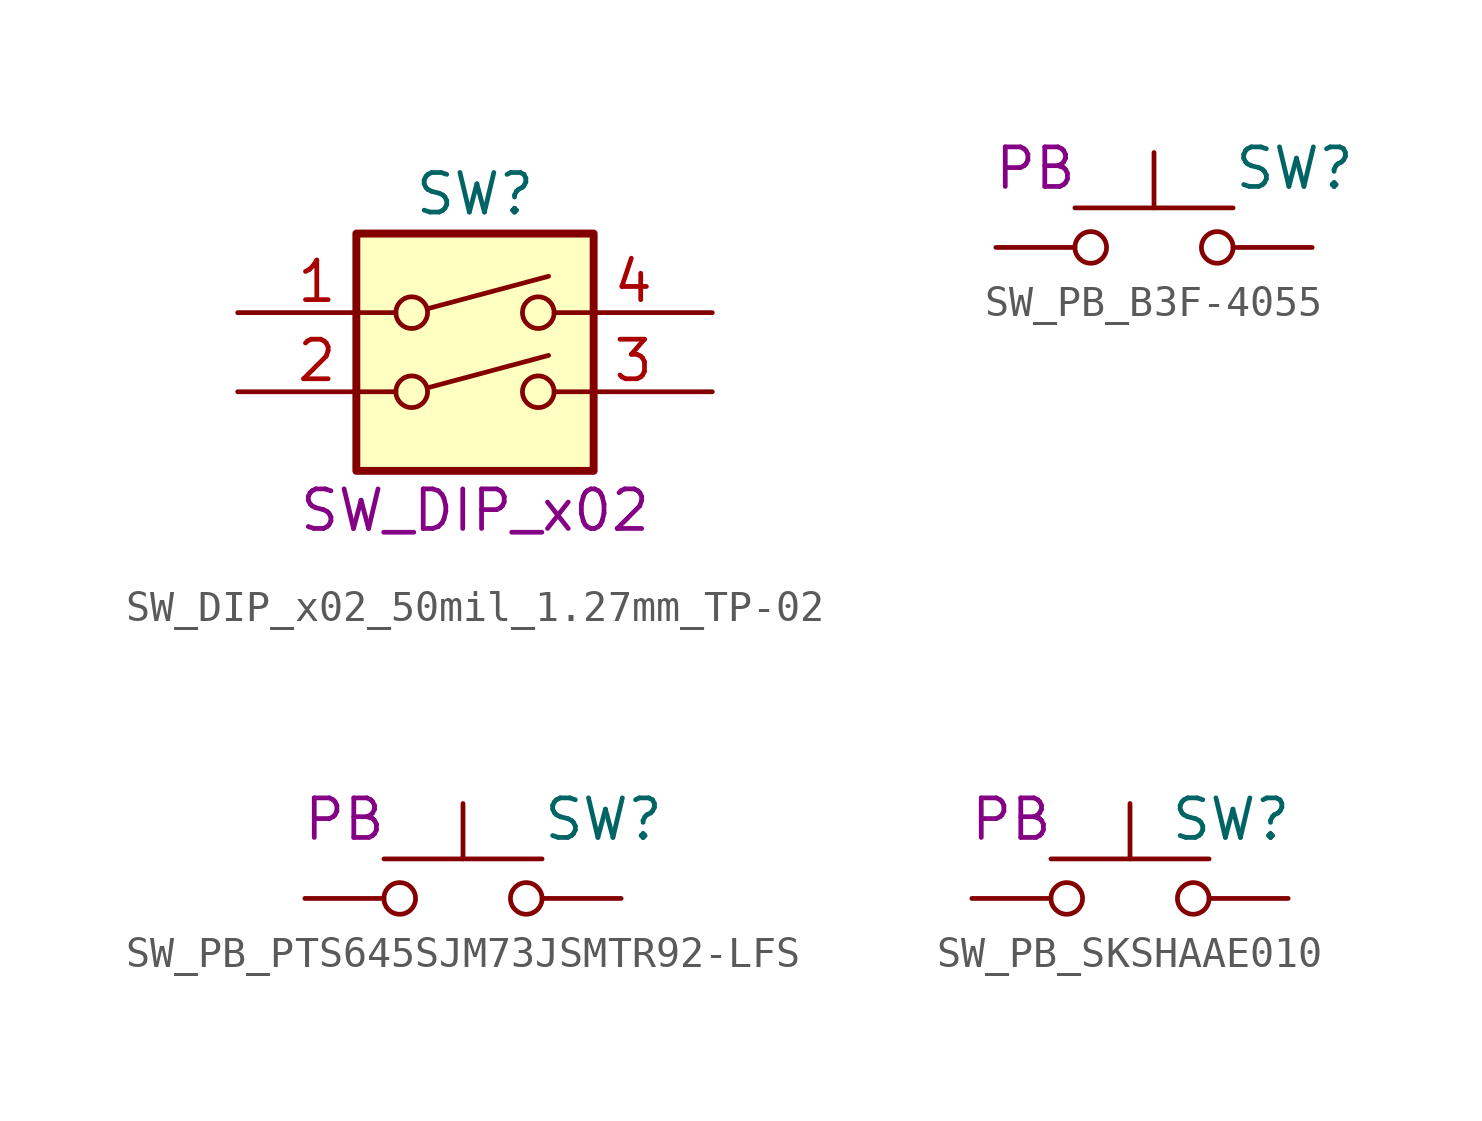
<source format=kicad_sym>
(kicad_symbol_lib
  (version 20231120)
  (generator "kicad_symbol_editor")
  (generator_version "8.0")
  (symbol "SW_DIP_x02_50mil_1.27mm_TP-02"
    (pin_names
      (offset 0) hide)
    (property "Reference" "SW"
      (at 0 6.35 0)
      (effects (font (size 1.27 1.27))))
    (property "UserValue" "SW_DIP_x02"
      (at 0 -3.81 0)
      (effects (font (size 1.27 1.27))))
    (symbol "SW_DIP_x02_50mil_1.27mm_TP-02_0_0"
      (circle (center -2.032 0) (radius 0.508) (stroke (width 0) (type default)) (fill (type none)))
      (circle (center -2.032 2.54) (radius 0.508) (stroke (width 0) (type default)) (fill (type none)))
      (polyline (pts (xy -1.524 0.127) (xy 2.362 1.168)) (stroke (width 0) (type default)) (fill (type none)))
      (polyline (pts (xy -1.524 2.667) (xy 2.362 3.708)) (stroke (width 0) (type default)) (fill (type none)))
      (circle (center 2.032 0) (radius 0.508) (stroke (width 0) (type default)) (fill (type none)))
      (circle (center 2.032 2.54) (radius 0.508) (stroke (width 0) (type default)) (fill (type none))))
    (symbol "SW_DIP_x02_50mil_1.27mm_TP-02_0_1"
      (rectangle (start -3.81 5.08) (end 3.81 -2.54) (stroke (width 0.254) (type default)) (fill (type background))))
    (symbol "SW_DIP_x02_50mil_1.27mm_TP-02_1_1"
      (pin passive line (at -7.62 2.54 0) (length 5.08) (name "~" (effects (font (size 1.27 1.27)))) (number "1" (effects (font (size 1.27 1.27)))))
      (pin passive line (at -7.62 0 0) (length 5.08) (name "~" (effects (font (size 1.27 1.27)))) (number "2" (effects (font (size 1.27 1.27)))))
      (pin passive line (at 7.62 0 180) (length 5.08) (name "~" (effects (font (size 1.27 1.27)))) (number "3" (effects (font (size 1.27 1.27)))))
      (pin passive line (at 7.62 2.54 180) (length 5.08) (name "~" (effects (font (size 1.27 1.27)))) (number "4" (effects (font (size 1.27 1.27)))))))
  (symbol "SW_PB_B3F-4055"
    (pin_numbers hide)
    (pin_names
      (offset 1.016) hide)
    (property "Reference" "SW"
      (at 2.54 2.54 0)
      (effects (font (size 1.27 1.27)) (justify left)))
    (property "UserValue" "PB"
      (at -3.81 2.54 0)
      (effects (font (size 1.27 1.27))))
    (symbol "SW_PB_B3F-4055_0_1"
      (circle (center -2.032 0) (radius 0.508) (stroke (width 0) (type default)) (fill (type none)))
      (polyline (pts (xy 0 1.27) (xy 0 3.048)) (stroke (width 0) (type default)) (fill (type none)))
      (polyline (pts (xy 2.54 1.27) (xy -2.54 1.27)) (stroke (width 0) (type default)) (fill (type none)))
      (circle (center 2.032 0) (radius 0.508) (stroke (width 0) (type default)) (fill (type none)))
      (pin passive line (at -5.08 0 0) (length 2.54) (name "1" (effects (font (size 1.27 1.27)))) (number "1" (effects (font (size 1.27 1.27)))))
      (pin passive line (at 5.08 0 180) (length 2.54) (name "2" (effects (font (size 1.27 1.27)))) (number "2" (effects (font (size 1.27 1.27)))))))
  (symbol "SW_PB_PTS645SJM73JSMTR92-LFS"
    (pin_numbers hide)
    (pin_names
      (offset 1.016) hide)
    (property "Reference" "SW"
      (at 2.54 2.54 0)
      (effects (font (size 1.27 1.27)) (justify left)))
    (property "UserValue" "PB"
      (at -3.81 2.54 0)
      (effects (font (size 1.27 1.27))))
    (symbol "SW_PB_PTS645SJM73JSMTR92-LFS_0_1"
      (circle (center -2.032 0) (radius 0.508) (stroke (width 0) (type default)) (fill (type none)))
      (polyline (pts (xy 0 1.27) (xy 0 3.048)) (stroke (width 0) (type default)) (fill (type none)))
      (polyline (pts (xy 2.54 1.27) (xy -2.54 1.27)) (stroke (width 0) (type default)) (fill (type none)))
      (circle (center 2.032 0) (radius 0.508) (stroke (width 0) (type default)) (fill (type none)))
      (pin passive line (at -5.08 0 0) (length 2.54) (name "1" (effects (font (size 1.27 1.27)))) (number "1" (effects (font (size 1.27 1.27)))))
      (pin passive line (at 5.08 0 180) (length 2.54) (name "2" (effects (font (size 1.27 1.27)))) (number "2" (effects (font (size 1.27 1.27)))))))
  (symbol "SW_PB_SKSHAAE010"
    (pin_numbers hide)
    (pin_names
      (offset 1.016) hide)
    (property "Reference" "SW"
      (at 1.27 2.54 0)
      (effects (font (size 1.27 1.27)) (justify left)))
    (property "UserValue" "PB"
      (at -3.81 2.54 0)
      (effects (font (size 1.27 1.27))))
    (symbol "SW_PB_SKSHAAE010_0_1"
      (circle (center -2.032 0) (radius 0.508) (stroke (width 0) (type default)) (fill (type none)))
      (polyline (pts (xy 0 1.27) (xy 0 3.048)) (stroke (width 0) (type default)) (fill (type none)))
      (polyline (pts (xy 2.54 1.27) (xy -2.54 1.27)) (stroke (width 0) (type default)) (fill (type none)))
      (circle (center 2.032 0) (radius 0.508) (stroke (width 0) (type default)) (fill (type none)))
      (pin passive line (at -5.08 0 0) (length 2.54) (name "1" (effects (font (size 1.27 1.27)))) (number "1" (effects (font (size 1.27 1.27)))))
      (pin passive line (at 5.08 0 180) (length 2.54) (name "2" (effects (font (size 1.27 1.27)))) (number "2" (effects (font (size 1.27 1.27))))))))
</source>
